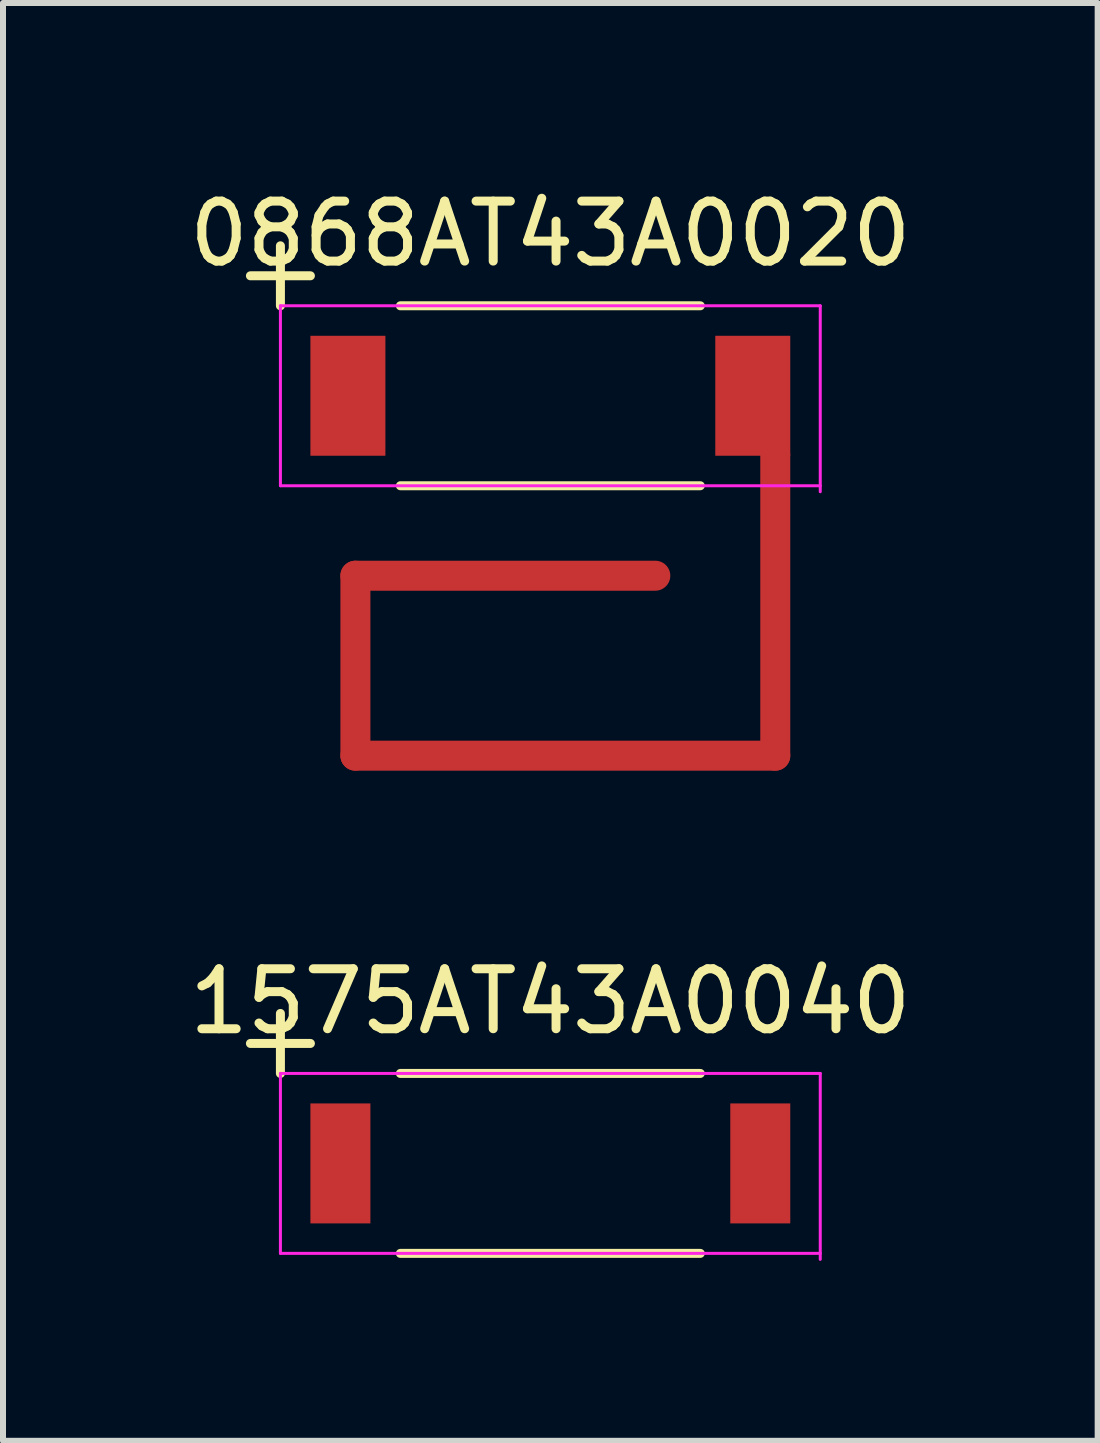
<source format=kicad_pcb>
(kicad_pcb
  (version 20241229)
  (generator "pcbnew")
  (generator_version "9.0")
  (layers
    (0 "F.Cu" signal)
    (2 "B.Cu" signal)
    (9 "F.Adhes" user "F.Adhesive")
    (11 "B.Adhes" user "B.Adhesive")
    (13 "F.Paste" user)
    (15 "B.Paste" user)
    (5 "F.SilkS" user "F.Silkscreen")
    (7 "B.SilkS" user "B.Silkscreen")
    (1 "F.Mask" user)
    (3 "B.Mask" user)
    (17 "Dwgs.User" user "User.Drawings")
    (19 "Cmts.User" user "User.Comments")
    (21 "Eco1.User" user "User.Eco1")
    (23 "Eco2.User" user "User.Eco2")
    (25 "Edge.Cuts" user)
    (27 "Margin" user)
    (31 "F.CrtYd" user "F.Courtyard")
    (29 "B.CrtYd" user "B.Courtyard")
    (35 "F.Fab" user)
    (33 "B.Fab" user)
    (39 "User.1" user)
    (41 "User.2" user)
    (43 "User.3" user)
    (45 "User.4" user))
  (footprint "0868AT43A0020"
    (layer "F.Cu")
    (at 6.125 3.548)
    (property "Reference" "0868AT43A0020" (at 0 -2.7 0) (layer "F.SilkS") (effects (font (size 1 1) (thickness 0.15))))
    (attr smd)
    (fp_line (start -3.25 3) (end 1.75 3) (stroke (width 0.5) (type solid)) (layer "F.Cu"))
    (fp_line (start -3.25 6) (end -3.25 3) (stroke (width 0.5) (type solid)) (layer "F.Cu"))
    (fp_line (start 3.75 1) (end 3.75 6) (stroke (width 0.5) (type solid)) (layer "F.Cu"))
    (fp_line (start 3.75 6) (end -3.25 6) (stroke (width 0.5) (type solid)) (layer "F.Cu"))
    (fp_line (start -5 -2) (end -4 -2) (stroke (width 0.15) (type solid)) (layer "F.SilkS"))
    (fp_line (start -4.5 -2.5) (end -4.5 -1.5) (stroke (width 0.15) (type solid)) (layer "F.SilkS"))
    (fp_line (start -2.5 1.5) (end 2.5 1.5) (stroke (width 0.15) (type solid)) (layer "F.SilkS"))
    (fp_line (start 2.5 -1.5) (end -2.5 -1.5) (stroke (width 0.15) (type solid)) (layer "F.SilkS"))
    (fp_line (start -4.5 -1.5) (end -4.5 1.5) (stroke (width 0.05) (type solid)) (layer "F.CrtYd"))
    (fp_line (start -4.5 -1.5) (end 4.5 -1.5) (stroke (width 0.05) (type solid)) (layer "F.CrtYd"))
    (fp_line (start -4.5 1.5) (end 4.5 1.5) (stroke (width 0.05) (type solid)) (layer "F.CrtYd"))
    (fp_line (start 4.5 -1.5) (end 4.5 1.6) (stroke (width 0.05) (type solid)) (layer "F.CrtYd"))
    (pad "1" smd rect (at -3.375 0) (size 1.25 2) (layers "F.Cu" "F.Mask" "F.Paste"))
    (pad "2" smd rect (at 3.375 0) (size 1.25 2) (layers "F.Cu" "F.Mask" "F.Paste")))
  (footprint "1575AT43A0040"
    (layer "F.Cu")
    (at 6.125 16.346)
    (property "Reference" "1575AT43A0040" (at 0 -2.7 0) (layer "F.SilkS") (effects (font (size 1 1) (thickness 0.15))))
    (attr smd)
    (fp_line (start -5 -2) (end -4 -2) (stroke (width 0.15) (type solid)) (layer "F.SilkS"))
    (fp_line (start -4.5 -2.5) (end -4.5 -1.5) (stroke (width 0.15) (type solid)) (layer "F.SilkS"))
    (fp_line (start -2.5 1.5) (end 2.5 1.5) (stroke (width 0.15) (type solid)) (layer "F.SilkS"))
    (fp_line (start 2.5 -1.5) (end -2.5 -1.5) (stroke (width 0.15) (type solid)) (layer "F.SilkS"))
    (fp_line (start -4.5 -1.5) (end -4.5 1.5) (stroke (width 0.05) (type solid)) (layer "F.CrtYd"))
    (fp_line (start -4.5 -1.5) (end 4.5 -1.5) (stroke (width 0.05) (type solid)) (layer "F.CrtYd"))
    (fp_line (start -4.5 1.5) (end 4.5 1.5) (stroke (width 0.05) (type solid)) (layer "F.CrtYd"))
    (fp_line (start 4.5 -1.5) (end 4.5 1.6) (stroke (width 0.05) (type solid)) (layer "F.CrtYd"))
    (pad "1" smd rect (at -3.5 0) (size 1 2) (layers "F.Cu" "F.Mask" "F.Paste"))
    (pad "2" smd rect (at 3.5 0) (size 1 2) (layers "F.Cu" "F.Mask" "F.Paste")))
  (gr_rect
    (start -3 -3)
    (end 15.25 20.971)
    (stroke (width 0.1) (type default))
    (fill no)
    (layer "Edge.Cuts")))
</source>
